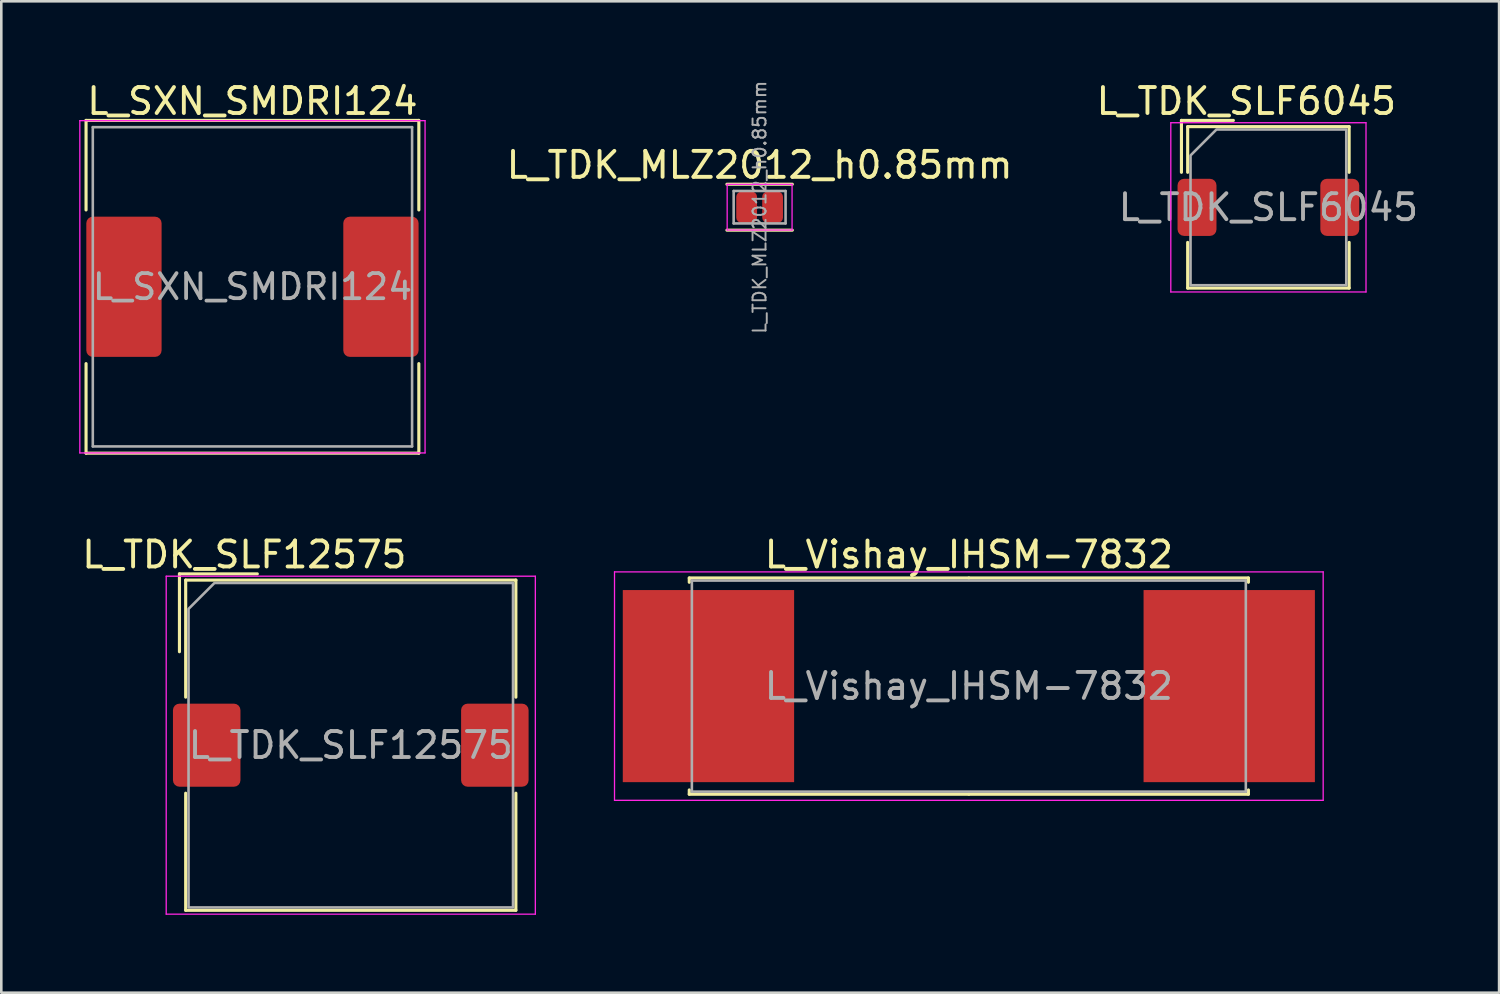
<source format=kicad_pcb>
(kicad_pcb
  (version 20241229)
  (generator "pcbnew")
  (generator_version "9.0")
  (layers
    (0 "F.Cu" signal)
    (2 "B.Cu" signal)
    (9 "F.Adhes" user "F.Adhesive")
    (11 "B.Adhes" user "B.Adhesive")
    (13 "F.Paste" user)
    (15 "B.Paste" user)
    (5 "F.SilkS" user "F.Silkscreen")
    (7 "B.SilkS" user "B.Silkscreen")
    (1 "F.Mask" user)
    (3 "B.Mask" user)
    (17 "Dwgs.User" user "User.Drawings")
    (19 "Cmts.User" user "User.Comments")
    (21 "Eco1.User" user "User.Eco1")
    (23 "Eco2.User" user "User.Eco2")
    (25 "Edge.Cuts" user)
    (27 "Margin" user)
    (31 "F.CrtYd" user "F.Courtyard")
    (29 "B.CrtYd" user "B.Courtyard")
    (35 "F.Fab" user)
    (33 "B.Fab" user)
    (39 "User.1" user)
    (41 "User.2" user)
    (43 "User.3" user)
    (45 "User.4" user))
  (footprint "L_Vishay_IHSM-7832"
    (layer "F.Cu")
    (at 34.273 23.381)
    (property "Reference" "L_Vishay_IHSM-7832" (at 0 -5.065 0) (layer "F.SilkS") (effects (font (size 1 1) (thickness 0.15))))
    (attr smd)
    (fp_line (start -10.77 -4.165) (end 0 -4.165) (stroke (width 0.12) (type solid)) (layer "F.SilkS"))
    (fp_line (start -10.77 -4) (end -10.77 -4.165) (stroke (width 0.12) (type solid)) (layer "F.SilkS"))
    (fp_line (start -10.77 4) (end -10.77 4.165) (stroke (width 0.12) (type solid)) (layer "F.SilkS"))
    (fp_line (start -10.77 4.165) (end 0 4.165) (stroke (width 0.12) (type solid)) (layer "F.SilkS"))
    (fp_line (start 10.77 -4.165) (end 0 -4.165) (stroke (width 0.12) (type solid)) (layer "F.SilkS"))
    (fp_line (start 10.77 -4) (end 10.77 -4.165) (stroke (width 0.12) (type solid)) (layer "F.SilkS"))
    (fp_line (start 10.77 4) (end 10.77 4.165) (stroke (width 0.12) (type solid)) (layer "F.SilkS"))
    (fp_line (start 10.77 4.165) (end 0 4.165) (stroke (width 0.12) (type solid)) (layer "F.SilkS"))
    (fp_line (start -13.65 -4.4) (end -13.65 4.4) (stroke (width 0.05) (type solid)) (layer "F.CrtYd"))
    (fp_line (start -13.65 4.4) (end 13.65 4.4) (stroke (width 0.05) (type solid)) (layer "F.CrtYd"))
    (fp_line (start 13.65 -4.4) (end -13.65 -4.4) (stroke (width 0.05) (type solid)) (layer "F.CrtYd"))
    (fp_line (start 13.65 4.4) (end 13.65 -4.4) (stroke (width 0.05) (type solid)) (layer "F.CrtYd"))
    (fp_line (start -10.67 -4.065) (end -10.67 4.065) (stroke (width 0.1) (type solid)) (layer "F.Fab"))
    (fp_line (start -10.67 4.065) (end 10.67 4.065) (stroke (width 0.1) (type solid)) (layer "F.Fab"))
    (fp_line (start 10.67 -4.065) (end -10.67 -4.065) (stroke (width 0.1) (type solid)) (layer "F.Fab"))
    (fp_line (start 10.67 4.065) (end 10.67 -4.065) (stroke (width 0.1) (type solid)) (layer "F.Fab"))
    (fp_text user "${REFERENCE}" (at 0 0 0) (layer "F.Fab") (effects (font (size 1 1) (thickness 0.15))))
    (pad "1" smd rect (at -10.031 0) (size 6.6 7.4) (layers "F.Cu" "F.Mask" "F.Paste"))
    (pad "2" smd rect (at 10.031 0) (size 6.6 7.4) (layers "F.Cu" "F.Mask" "F.Paste")))
  (footprint "L_TDK_SLF12575"
    (layer "F.Cu")
    (at 10.463 25.657)
    (property "Reference" "L_TDK_SLF12575" (at -4.1 -7.34 0) (layer "F.SilkS") (effects (font (size 1 1) (thickness 0.15))))
    (attr smd)
    (fp_line (start -6.6 -6.6) (end -3.6 -6.6) (stroke (width 0.12) (type solid)) (layer "F.SilkS"))
    (fp_line (start -6.6 -3.6) (end -6.6 -6.6) (stroke (width 0.12) (type solid)) (layer "F.SilkS"))
    (fp_line (start -6.36 -6.36) (end -6.36 -1.85) (stroke (width 0.12) (type solid)) (layer "F.SilkS"))
    (fp_line (start -6.36 -6.36) (end 6.36 -6.36) (stroke (width 0.12) (type solid)) (layer "F.SilkS"))
    (fp_line (start -6.36 1.85) (end -6.36 6.36) (stroke (width 0.12) (type solid)) (layer "F.SilkS"))
    (fp_line (start -6.36 6.36) (end 6.36 6.36) (stroke (width 0.12) (type solid)) (layer "F.SilkS"))
    (fp_line (start 6.36 -6.36) (end 6.36 -1.85) (stroke (width 0.12) (type solid)) (layer "F.SilkS"))
    (fp_line (start 6.36 1.85) (end 6.36 6.36) (stroke (width 0.12) (type solid)) (layer "F.SilkS"))
    (fp_line (start -7.11 -6.51) (end -7.11 6.51) (stroke (width 0.05) (type solid)) (layer "F.CrtYd"))
    (fp_line (start -7.11 6.51) (end 7.11 6.51) (stroke (width 0.05) (type solid)) (layer "F.CrtYd"))
    (fp_line (start 7.11 -6.51) (end -7.11 -6.51) (stroke (width 0.05) (type solid)) (layer "F.CrtYd"))
    (fp_line (start 7.11 6.51) (end 7.11 -6.51) (stroke (width 0.05) (type solid)) (layer "F.CrtYd"))
    (fp_poly (pts (xy -6.25 -5.25) (xy -6.25 6.25) (xy 6.25 6.25) (xy 6.25 -6.25) (xy -5.25 -6.25)) (stroke (width 0.1) (type solid)) (fill no) (layer "F.Fab"))
    (fp_text user "${REFERENCE}" (at 0 0 0) (layer "F.Fab") (effects (font (size 1 1) (thickness 0.15))))
    (pad "1" smd roundrect (at -5.55 0) (size 2.6 3.2) (layers "F.Cu" "F.Mask" "F.Paste") (roundrect_rratio 0.096))
    (pad "2" smd roundrect (at 5.55 0) (size 2.6 3.2) (layers "F.Cu" "F.Mask" "F.Paste") (roundrect_rratio 0.096)))
  (footprint "L_TDK_MLZ2012_h0.85mm"
    (layer "F.Cu")
    (at 26.213 4.932)
    (property "Reference" "L_TDK_MLZ2012_h0.85mm" (at 0 -1.625 0) (layer "F.SilkS") (effects (font (size 1 1) (thickness 0.15))))
    (attr smd)
    (fp_line (start -1.26 -0.885) (end 1.26 -0.885) (stroke (width 0.12) (type solid)) (layer "F.SilkS"))
    (fp_line (start -1.26 0.885) (end 1.26 0.885) (stroke (width 0.12) (type solid)) (layer "F.SilkS"))
    (fp_line (start -1.25 -0.88) (end -1.25 0.88) (stroke (width 0.05) (type solid)) (layer "F.CrtYd"))
    (fp_line (start -1.25 0.88) (end 1.25 0.88) (stroke (width 0.05) (type solid)) (layer "F.CrtYd"))
    (fp_line (start 1.25 -0.88) (end -1.25 -0.88) (stroke (width 0.05) (type solid)) (layer "F.CrtYd"))
    (fp_line (start 1.25 0.88) (end 1.25 -0.88) (stroke (width 0.05) (type solid)) (layer "F.CrtYd"))
    (fp_line (start -1 -0.625) (end -1 0.625) (stroke (width 0.1) (type solid)) (layer "F.Fab"))
    (fp_line (start -1 0.625) (end 1 0.625) (stroke (width 0.1) (type solid)) (layer "F.Fab"))
    (fp_line (start 1 -0.625) (end -1 -0.625) (stroke (width 0.1) (type solid)) (layer "F.Fab"))
    (fp_line (start 1 0.625) (end 1 -0.625) (stroke (width 0.1) (type solid)) (layer "F.Fab"))
    (fp_text user "${REFERENCE}" (at 0 0 90) (layer "F.Fab") (effects (font (size 0.5 0.5) (thickness 0.075))))
    (pad "1" smd roundrect (at -0.5 0) (size 0.8 1.2) (layers "F.Cu" "F.Mask" "F.Paste") (roundrect_rratio 0.25))
    (pad "2" smd roundrect (at 0.5 0) (size 0.8 1.2) (layers "F.Cu" "F.Mask" "F.Paste") (roundrect_rratio 0.25)))
  (footprint "L_TDK_SLF6045"
    (layer "F.Cu")
    (at 45.813 4.938)
    (property "Reference" "L_TDK_SLF6045" (at -0.85 -4.09 0) (layer "F.SilkS") (effects (font (size 1 1) (thickness 0.15))))
    (attr smd)
    (fp_line (start -3.35 -3.35) (end -1.35 -3.35) (stroke (width 0.12) (type solid)) (layer "F.SilkS"))
    (fp_line (start -3.35 -1.35) (end -3.35 -3.35) (stroke (width 0.12) (type solid)) (layer "F.SilkS"))
    (fp_line (start -3.11 -3.11) (end -3.11 -1.35) (stroke (width 0.12) (type solid)) (layer "F.SilkS"))
    (fp_line (start -3.11 -3.11) (end 3.11 -3.11) (stroke (width 0.12) (type solid)) (layer "F.SilkS"))
    (fp_line (start -3.11 1.35) (end -3.11 3.11) (stroke (width 0.12) (type solid)) (layer "F.SilkS"))
    (fp_line (start -3.11 3.11) (end 3.11 3.11) (stroke (width 0.12) (type solid)) (layer "F.SilkS"))
    (fp_line (start 3.11 -3.11) (end 3.11 -1.35) (stroke (width 0.12) (type solid)) (layer "F.SilkS"))
    (fp_line (start 3.11 1.35) (end 3.11 3.11) (stroke (width 0.12) (type solid)) (layer "F.SilkS"))
    (fp_line (start -3.76 -3.26) (end -3.76 3.26) (stroke (width 0.05) (type solid)) (layer "F.CrtYd"))
    (fp_line (start -3.76 3.26) (end 3.76 3.26) (stroke (width 0.05) (type solid)) (layer "F.CrtYd"))
    (fp_line (start 3.76 -3.26) (end -3.76 -3.26) (stroke (width 0.05) (type solid)) (layer "F.CrtYd"))
    (fp_line (start 3.76 3.26) (end 3.76 -3.26) (stroke (width 0.05) (type solid)) (layer "F.CrtYd"))
    (fp_poly (pts (xy -3 -2) (xy -3 3) (xy 3 3) (xy 3 -3) (xy -2 -3)) (stroke (width 0.1) (type solid)) (fill no) (layer "F.Fab"))
    (fp_text user "${REFERENCE}" (at 0 0 0) (layer "F.Fab") (effects (font (size 1 1) (thickness 0.15))))
    (pad "1" smd roundrect (at -2.75 0) (size 1.5 2.2) (layers "F.Cu" "F.Mask" "F.Paste") (roundrect_rratio 0.167))
    (pad "2" smd roundrect (at 2.75 0) (size 1.5 2.2) (layers "F.Cu" "F.Mask" "F.Paste") (roundrect_rratio 0.167)))
  (footprint "L_SXN_SMDRI124"
    (layer "F.Cu")
    (at 6.675 7.998)
    (property "Reference" "L_SXN_SMDRI124" (at 0 -7.15 0) (layer "F.SilkS") (effects (font (size 1 1) (thickness 0.15))))
    (attr smd)
    (fp_line (start -6.41 -6.41) (end -6.41 -2.96) (stroke (width 0.12) (type solid)) (layer "F.SilkS"))
    (fp_line (start -6.41 -6.41) (end 6.41 -6.41) (stroke (width 0.12) (type solid)) (layer "F.SilkS"))
    (fp_line (start -6.41 6.41) (end -6.41 2.96) (stroke (width 0.12) (type solid)) (layer "F.SilkS"))
    (fp_line (start -6.41 6.41) (end 6.41 6.41) (stroke (width 0.12) (type solid)) (layer "F.SilkS"))
    (fp_line (start 6.41 -6.41) (end 6.41 -2.96) (stroke (width 0.12) (type solid)) (layer "F.SilkS"))
    (fp_line (start 6.41 6.41) (end 6.41 2.96) (stroke (width 0.12) (type solid)) (layer "F.SilkS"))
    (fp_line (start -6.65 -6.4) (end -6.65 6.4) (stroke (width 0.05) (type solid)) (layer "F.CrtYd"))
    (fp_line (start -6.65 6.4) (end 6.65 6.4) (stroke (width 0.05) (type solid)) (layer "F.CrtYd"))
    (fp_line (start 6.65 -6.4) (end -6.65 -6.4) (stroke (width 0.05) (type solid)) (layer "F.CrtYd"))
    (fp_line (start 6.65 6.4) (end 6.65 -6.4) (stroke (width 0.05) (type solid)) (layer "F.CrtYd"))
    (fp_line (start -6.15 -6.15) (end -6.15 6.15) (stroke (width 0.1) (type solid)) (layer "F.Fab"))
    (fp_line (start -6.15 6.15) (end 6.15 6.15) (stroke (width 0.1) (type solid)) (layer "F.Fab"))
    (fp_line (start 6.15 -6.15) (end -6.15 -6.15) (stroke (width 0.1) (type solid)) (layer "F.Fab"))
    (fp_line (start 6.15 6.15) (end 6.15 -6.15) (stroke (width 0.1) (type solid)) (layer "F.Fab"))
    (fp_text user "${REFERENCE}" (at 0 0 0) (layer "F.Fab") (effects (font (size 0.967 0.967) (thickness 0.145))))
    (pad "1" smd roundrect (at -4.95 0) (size 2.9 5.4) (layers "F.Cu" "F.Mask" "F.Paste") (roundrect_rratio 0.086))
    (pad "2" smd roundrect (at 4.95 0) (size 2.9 5.4) (layers "F.Cu" "F.Mask" "F.Paste") (roundrect_rratio 0.086)))
  (gr_rect
    (start -3 -3)
    (end 54.7 35.191)
    (stroke (width 0.1) (type default))
    (fill no)
    (layer "Edge.Cuts")))
</source>
